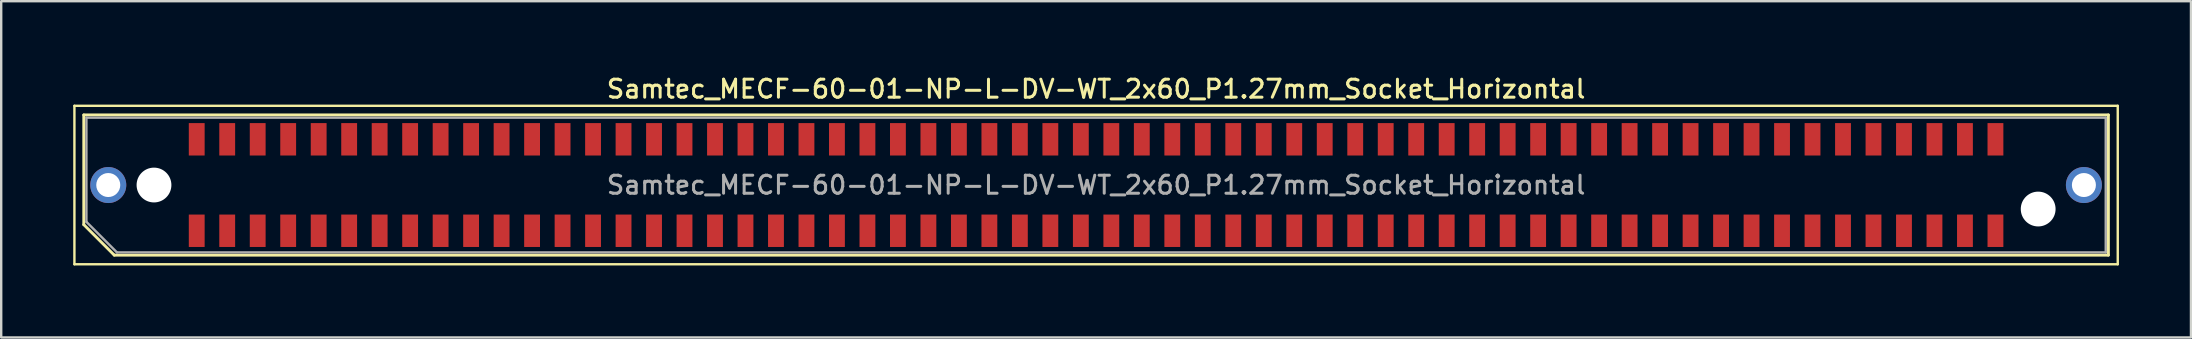
<source format=kicad_pcb>
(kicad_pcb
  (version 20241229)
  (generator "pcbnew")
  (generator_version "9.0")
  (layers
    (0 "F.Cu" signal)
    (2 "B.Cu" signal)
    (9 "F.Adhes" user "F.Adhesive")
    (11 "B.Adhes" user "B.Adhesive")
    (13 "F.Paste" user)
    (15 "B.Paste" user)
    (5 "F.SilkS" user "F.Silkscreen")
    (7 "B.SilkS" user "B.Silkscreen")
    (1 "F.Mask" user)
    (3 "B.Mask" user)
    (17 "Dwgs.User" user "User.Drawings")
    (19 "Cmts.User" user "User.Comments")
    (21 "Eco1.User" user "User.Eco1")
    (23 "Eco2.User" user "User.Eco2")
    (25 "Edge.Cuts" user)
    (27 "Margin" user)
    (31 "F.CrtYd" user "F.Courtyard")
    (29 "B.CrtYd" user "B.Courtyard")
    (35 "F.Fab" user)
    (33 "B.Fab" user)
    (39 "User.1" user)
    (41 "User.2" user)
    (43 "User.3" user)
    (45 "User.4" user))
  (footprint "Samtec_MECF-60-01-NP-L-DV-WT_2x60_P1.27mm_Socket_Horizontal"
    (layer "F.Cu")
    (at 42.61 4.658)
    (property "Reference" "Samtec_MECF-60-01-NP-L-DV-WT_2x60_P1.27mm_Socket_Horizontal" (at 0 -4 0) (layer "F.SilkS") (effects (font (size 0.75 0.75) (thickness 0.125))))
    (attr smd)
    (fp_line (start -42.56 -3.3) (end -42.56 3.3) (stroke (width 0.1) (type solid)) (layer "F.SilkS"))
    (fp_line (start -42.56 3.3) (end 42.56 3.3) (stroke (width 0.1) (type solid)) (layer "F.SilkS"))
    (fp_line (start -42.17 -2.92) (end 42.17 -2.92) (stroke (width 0.12) (type solid)) (layer "F.SilkS"))
    (fp_line (start -42.17 1.65) (end -42.17 -2.92) (stroke (width 0.12) (type solid)) (layer "F.SilkS"))
    (fp_line (start -40.9 2.92) (end -42.17 1.65) (stroke (width 0.12) (type solid)) (layer "F.SilkS"))
    (fp_line (start -40.9 2.92) (end 42.17 2.92) (stroke (width 0.12) (type solid)) (layer "F.SilkS"))
    (fp_line (start 42.17 2.92) (end 42.17 -2.92) (stroke (width 0.12) (type solid)) (layer "F.SilkS"))
    (fp_line (start 42.56 -3.3) (end -42.56 -3.3) (stroke (width 0.1) (type solid)) (layer "F.SilkS"))
    (fp_line (start 42.56 3.3) (end 42.56 -3.3) (stroke (width 0.1) (type solid)) (layer "F.SilkS"))
    (fp_line (start -42.06 -2.805) (end 42.06 -2.805) (stroke (width 0.1) (type solid)) (layer "F.Fab"))
    (fp_line (start -42.06 1.535) (end -42.06 -2.805) (stroke (width 0.1) (type solid)) (layer "F.Fab"))
    (fp_line (start -42.06 1.535) (end -40.79 2.805) (stroke (width 0.1) (type solid)) (layer "F.Fab"))
    (fp_line (start -40.79 2.805) (end 42.06 2.805) (stroke (width 0.1) (type solid)) (layer "F.Fab"))
    (fp_line (start 42.06 2.805) (end 42.06 -2.805) (stroke (width 0.1) (type solid)) (layer "F.Fab"))
    (fp_text user "${REFERENCE}" (at 0 0 0) (layer "F.Fab") (effects (font (size 0.75 0.75) (thickness 0.125))))
    (pad "" thru_hole circle (at -41.15 0) (size 1.5 1.5) (drill 1) (layers "*.Cu" "*.Mask"))
    (pad "" np_thru_hole circle (at -39.245 0) (size 1.45 1.45) (drill 1.45) (layers "*.Cu" "*.Mask"))
    (pad "" np_thru_hole circle (at 39.245 1) (size 1.45 1.45) (drill 1.45) (layers "*.Cu" "*.Mask"))
    (pad "" thru_hole circle (at 41.15 0) (size 1.5 1.5) (drill 1) (layers "*.Cu" "*.Mask"))
    (pad "1" smd rect (at -37.465 1.905) (size 0.66 1.35) (layers "F.Cu" "F.Mask" "F.Paste"))
    (pad "2" smd rect (at -37.465 -1.905) (size 0.66 1.35) (layers "F.Cu" "F.Mask" "F.Paste"))
    (pad "3" smd rect (at -36.195 1.905) (size 0.66 1.35) (layers "F.Cu" "F.Mask" "F.Paste"))
    (pad "4" smd rect (at -36.195 -1.905) (size 0.66 1.35) (layers "F.Cu" "F.Mask" "F.Paste"))
    (pad "5" smd rect (at -34.925 1.905) (size 0.66 1.35) (layers "F.Cu" "F.Mask" "F.Paste"))
    (pad "6" smd rect (at -34.925 -1.905) (size 0.66 1.35) (layers "F.Cu" "F.Mask" "F.Paste"))
    (pad "7" smd rect (at -33.655 1.905) (size 0.66 1.35) (layers "F.Cu" "F.Mask" "F.Paste"))
    (pad "8" smd rect (at -33.655 -1.905) (size 0.66 1.35) (layers "F.Cu" "F.Mask" "F.Paste"))
    (pad "9" smd rect (at -32.385 1.905) (size 0.66 1.35) (layers "F.Cu" "F.Mask" "F.Paste"))
    (pad "10" smd rect (at -32.385 -1.905) (size 0.66 1.35) (layers "F.Cu" "F.Mask" "F.Paste"))
    (pad "11" smd rect (at -31.115 1.905) (size 0.66 1.35) (layers "F.Cu" "F.Mask" "F.Paste"))
    (pad "12" smd rect (at -31.115 -1.905) (size 0.66 1.35) (layers "F.Cu" "F.Mask" "F.Paste"))
    (pad "13" smd rect (at -29.845 1.905) (size 0.66 1.35) (layers "F.Cu" "F.Mask" "F.Paste"))
    (pad "14" smd rect (at -29.845 -1.905) (size 0.66 1.35) (layers "F.Cu" "F.Mask" "F.Paste"))
    (pad "15" smd rect (at -28.575 1.905) (size 0.66 1.35) (layers "F.Cu" "F.Mask" "F.Paste"))
    (pad "16" smd rect (at -28.575 -1.905) (size 0.66 1.35) (layers "F.Cu" "F.Mask" "F.Paste"))
    (pad "17" smd rect (at -27.305 1.905) (size 0.66 1.35) (layers "F.Cu" "F.Mask" "F.Paste"))
    (pad "18" smd rect (at -27.305 -1.905) (size 0.66 1.35) (layers "F.Cu" "F.Mask" "F.Paste"))
    (pad "19" smd rect (at -26.035 1.905) (size 0.66 1.35) (layers "F.Cu" "F.Mask" "F.Paste"))
    (pad "20" smd rect (at -26.035 -1.905) (size 0.66 1.35) (layers "F.Cu" "F.Mask" "F.Paste"))
    (pad "21" smd rect (at -24.765 1.905) (size 0.66 1.35) (layers "F.Cu" "F.Mask" "F.Paste"))
    (pad "22" smd rect (at -24.765 -1.905) (size 0.66 1.35) (layers "F.Cu" "F.Mask" "F.Paste"))
    (pad "23" smd rect (at -23.495 1.905) (size 0.66 1.35) (layers "F.Cu" "F.Mask" "F.Paste"))
    (pad "24" smd rect (at -23.495 -1.905) (size 0.66 1.35) (layers "F.Cu" "F.Mask" "F.Paste"))
    (pad "25" smd rect (at -22.225 1.905) (size 0.66 1.35) (layers "F.Cu" "F.Mask" "F.Paste"))
    (pad "26" smd rect (at -22.225 -1.905) (size 0.66 1.35) (layers "F.Cu" "F.Mask" "F.Paste"))
    (pad "27" smd rect (at -20.955 1.905) (size 0.66 1.35) (layers "F.Cu" "F.Mask" "F.Paste"))
    (pad "28" smd rect (at -20.955 -1.905) (size 0.66 1.35) (layers "F.Cu" "F.Mask" "F.Paste"))
    (pad "29" smd rect (at -19.685 1.905) (size 0.66 1.35) (layers "F.Cu" "F.Mask" "F.Paste"))
    (pad "30" smd rect (at -19.685 -1.905) (size 0.66 1.35) (layers "F.Cu" "F.Mask" "F.Paste"))
    (pad "31" smd rect (at -18.415 1.905) (size 0.66 1.35) (layers "F.Cu" "F.Mask" "F.Paste"))
    (pad "32" smd rect (at -18.415 -1.905) (size 0.66 1.35) (layers "F.Cu" "F.Mask" "F.Paste"))
    (pad "33" smd rect (at -17.145 1.905) (size 0.66 1.35) (layers "F.Cu" "F.Mask" "F.Paste"))
    (pad "34" smd rect (at -17.145 -1.905) (size 0.66 1.35) (layers "F.Cu" "F.Mask" "F.Paste"))
    (pad "35" smd rect (at -15.875 1.905) (size 0.66 1.35) (layers "F.Cu" "F.Mask" "F.Paste"))
    (pad "36" smd rect (at -15.875 -1.905) (size 0.66 1.35) (layers "F.Cu" "F.Mask" "F.Paste"))
    (pad "37" smd rect (at -14.605 1.905) (size 0.66 1.35) (layers "F.Cu" "F.Mask" "F.Paste"))
    (pad "38" smd rect (at -14.605 -1.905) (size 0.66 1.35) (layers "F.Cu" "F.Mask" "F.Paste"))
    (pad "39" smd rect (at -13.335 1.905) (size 0.66 1.35) (layers "F.Cu" "F.Mask" "F.Paste"))
    (pad "40" smd rect (at -13.335 -1.905) (size 0.66 1.35) (layers "F.Cu" "F.Mask" "F.Paste"))
    (pad "41" smd rect (at -12.065 1.905) (size 0.66 1.35) (layers "F.Cu" "F.Mask" "F.Paste"))
    (pad "42" smd rect (at -12.065 -1.905) (size 0.66 1.35) (layers "F.Cu" "F.Mask" "F.Paste"))
    (pad "43" smd rect (at -10.795 1.905) (size 0.66 1.35) (layers "F.Cu" "F.Mask" "F.Paste"))
    (pad "44" smd rect (at -10.795 -1.905) (size 0.66 1.35) (layers "F.Cu" "F.Mask" "F.Paste"))
    (pad "45" smd rect (at -9.525 1.905) (size 0.66 1.35) (layers "F.Cu" "F.Mask" "F.Paste"))
    (pad "46" smd rect (at -9.525 -1.905) (size 0.66 1.35) (layers "F.Cu" "F.Mask" "F.Paste"))
    (pad "47" smd rect (at -8.255 1.905) (size 0.66 1.35) (layers "F.Cu" "F.Mask" "F.Paste"))
    (pad "48" smd rect (at -8.255 -1.905) (size 0.66 1.35) (layers "F.Cu" "F.Mask" "F.Paste"))
    (pad "49" smd rect (at -6.985 1.905) (size 0.66 1.35) (layers "F.Cu" "F.Mask" "F.Paste"))
    (pad "50" smd rect (at -6.985 -1.905) (size 0.66 1.35) (layers "F.Cu" "F.Mask" "F.Paste"))
    (pad "51" smd rect (at -5.715 1.905) (size 0.66 1.35) (layers "F.Cu" "F.Mask" "F.Paste"))
    (pad "52" smd rect (at -5.715 -1.905) (size 0.66 1.35) (layers "F.Cu" "F.Mask" "F.Paste"))
    (pad "53" smd rect (at -4.445 1.905) (size 0.66 1.35) (layers "F.Cu" "F.Mask" "F.Paste"))
    (pad "54" smd rect (at -4.445 -1.905) (size 0.66 1.35) (layers "F.Cu" "F.Mask" "F.Paste"))
    (pad "55" smd rect (at -3.175 1.905) (size 0.66 1.35) (layers "F.Cu" "F.Mask" "F.Paste"))
    (pad "56" smd rect (at -3.175 -1.905) (size 0.66 1.35) (layers "F.Cu" "F.Mask" "F.Paste"))
    (pad "57" smd rect (at -1.905 1.905) (size 0.66 1.35) (layers "F.Cu" "F.Mask" "F.Paste"))
    (pad "58" smd rect (at -1.905 -1.905) (size 0.66 1.35) (layers "F.Cu" "F.Mask" "F.Paste"))
    (pad "59" smd rect (at -0.635 1.905) (size 0.66 1.35) (layers "F.Cu" "F.Mask" "F.Paste"))
    (pad "60" smd rect (at -0.635 -1.905) (size 0.66 1.35) (layers "F.Cu" "F.Mask" "F.Paste"))
    (pad "61" smd rect (at 0.635 1.905) (size 0.66 1.35) (layers "F.Cu" "F.Mask" "F.Paste"))
    (pad "62" smd rect (at 0.635 -1.905) (size 0.66 1.35) (layers "F.Cu" "F.Mask" "F.Paste"))
    (pad "63" smd rect (at 1.905 1.905) (size 0.66 1.35) (layers "F.Cu" "F.Mask" "F.Paste"))
    (pad "64" smd rect (at 1.905 -1.905) (size 0.66 1.35) (layers "F.Cu" "F.Mask" "F.Paste"))
    (pad "65" smd rect (at 3.175 1.905) (size 0.66 1.35) (layers "F.Cu" "F.Mask" "F.Paste"))
    (pad "66" smd rect (at 3.175 -1.905) (size 0.66 1.35) (layers "F.Cu" "F.Mask" "F.Paste"))
    (pad "67" smd rect (at 4.445 1.905) (size 0.66 1.35) (layers "F.Cu" "F.Mask" "F.Paste"))
    (pad "68" smd rect (at 4.445 -1.905) (size 0.66 1.35) (layers "F.Cu" "F.Mask" "F.Paste"))
    (pad "69" smd rect (at 5.715 1.905) (size 0.66 1.35) (layers "F.Cu" "F.Mask" "F.Paste"))
    (pad "70" smd rect (at 5.715 -1.905) (size 0.66 1.35) (layers "F.Cu" "F.Mask" "F.Paste"))
    (pad "71" smd rect (at 6.985 1.905) (size 0.66 1.35) (layers "F.Cu" "F.Mask" "F.Paste"))
    (pad "72" smd rect (at 6.985 -1.905) (size 0.66 1.35) (layers "F.Cu" "F.Mask" "F.Paste"))
    (pad "73" smd rect (at 8.255 1.905) (size 0.66 1.35) (layers "F.Cu" "F.Mask" "F.Paste"))
    (pad "74" smd rect (at 8.255 -1.905) (size 0.66 1.35) (layers "F.Cu" "F.Mask" "F.Paste"))
    (pad "75" smd rect (at 9.525 1.905) (size 0.66 1.35) (layers "F.Cu" "F.Mask" "F.Paste"))
    (pad "76" smd rect (at 9.525 -1.905) (size 0.66 1.35) (layers "F.Cu" "F.Mask" "F.Paste"))
    (pad "77" smd rect (at 10.795 1.905) (size 0.66 1.35) (layers "F.Cu" "F.Mask" "F.Paste"))
    (pad "78" smd rect (at 10.795 -1.905) (size 0.66 1.35) (layers "F.Cu" "F.Mask" "F.Paste"))
    (pad "79" smd rect (at 12.065 1.905) (size 0.66 1.35) (layers "F.Cu" "F.Mask" "F.Paste"))
    (pad "80" smd rect (at 12.065 -1.905) (size 0.66 1.35) (layers "F.Cu" "F.Mask" "F.Paste"))
    (pad "81" smd rect (at 13.335 1.905) (size 0.66 1.35) (layers "F.Cu" "F.Mask" "F.Paste"))
    (pad "82" smd rect (at 13.335 -1.905) (size 0.66 1.35) (layers "F.Cu" "F.Mask" "F.Paste"))
    (pad "83" smd rect (at 14.605 1.905) (size 0.66 1.35) (layers "F.Cu" "F.Mask" "F.Paste"))
    (pad "84" smd rect (at 14.605 -1.905) (size 0.66 1.35) (layers "F.Cu" "F.Mask" "F.Paste"))
    (pad "85" smd rect (at 15.875 1.905) (size 0.66 1.35) (layers "F.Cu" "F.Mask" "F.Paste"))
    (pad "86" smd rect (at 15.875 -1.905) (size 0.66 1.35) (layers "F.Cu" "F.Mask" "F.Paste"))
    (pad "87" smd rect (at 17.145 1.905) (size 0.66 1.35) (layers "F.Cu" "F.Mask" "F.Paste"))
    (pad "88" smd rect (at 17.145 -1.905) (size 0.66 1.35) (layers "F.Cu" "F.Mask" "F.Paste"))
    (pad "89" smd rect (at 18.415 1.905) (size 0.66 1.35) (layers "F.Cu" "F.Mask" "F.Paste"))
    (pad "90" smd rect (at 18.415 -1.905) (size 0.66 1.35) (layers "F.Cu" "F.Mask" "F.Paste"))
    (pad "91" smd rect (at 19.685 1.905) (size 0.66 1.35) (layers "F.Cu" "F.Mask" "F.Paste"))
    (pad "92" smd rect (at 19.685 -1.905) (size 0.66 1.35) (layers "F.Cu" "F.Mask" "F.Paste"))
    (pad "93" smd rect (at 20.955 1.905) (size 0.66 1.35) (layers "F.Cu" "F.Mask" "F.Paste"))
    (pad "94" smd rect (at 20.955 -1.905) (size 0.66 1.35) (layers "F.Cu" "F.Mask" "F.Paste"))
    (pad "95" smd rect (at 22.225 1.905) (size 0.66 1.35) (layers "F.Cu" "F.Mask" "F.Paste"))
    (pad "96" smd rect (at 22.225 -1.905) (size 0.66 1.35) (layers "F.Cu" "F.Mask" "F.Paste"))
    (pad "97" smd rect (at 23.495 1.905) (size 0.66 1.35) (layers "F.Cu" "F.Mask" "F.Paste"))
    (pad "98" smd rect (at 23.495 -1.905) (size 0.66 1.35) (layers "F.Cu" "F.Mask" "F.Paste"))
    (pad "99" smd rect (at 24.765 1.905) (size 0.66 1.35) (layers "F.Cu" "F.Mask" "F.Paste"))
    (pad "100" smd rect (at 24.765 -1.905) (size 0.66 1.35) (layers "F.Cu" "F.Mask" "F.Paste"))
    (pad "101" smd rect (at 26.035 1.905) (size 0.66 1.35) (layers "F.Cu" "F.Mask" "F.Paste"))
    (pad "102" smd rect (at 26.035 -1.905) (size 0.66 1.35) (layers "F.Cu" "F.Mask" "F.Paste"))
    (pad "103" smd rect (at 27.305 1.905) (size 0.66 1.35) (layers "F.Cu" "F.Mask" "F.Paste"))
    (pad "104" smd rect (at 27.305 -1.905) (size 0.66 1.35) (layers "F.Cu" "F.Mask" "F.Paste"))
    (pad "105" smd rect (at 28.575 1.905) (size 0.66 1.35) (layers "F.Cu" "F.Mask" "F.Paste"))
    (pad "106" smd rect (at 28.575 -1.905) (size 0.66 1.35) (layers "F.Cu" "F.Mask" "F.Paste"))
    (pad "107" smd rect (at 29.845 1.905) (size 0.66 1.35) (layers "F.Cu" "F.Mask" "F.Paste"))
    (pad "108" smd rect (at 29.845 -1.905) (size 0.66 1.35) (layers "F.Cu" "F.Mask" "F.Paste"))
    (pad "109" smd rect (at 31.115 1.905) (size 0.66 1.35) (layers "F.Cu" "F.Mask" "F.Paste"))
    (pad "110" smd rect (at 31.115 -1.905) (size 0.66 1.35) (layers "F.Cu" "F.Mask" "F.Paste"))
    (pad "111" smd rect (at 32.385 1.905) (size 0.66 1.35) (layers "F.Cu" "F.Mask" "F.Paste"))
    (pad "112" smd rect (at 32.385 -1.905) (size 0.66 1.35) (layers "F.Cu" "F.Mask" "F.Paste"))
    (pad "113" smd rect (at 33.655 1.905) (size 0.66 1.35) (layers "F.Cu" "F.Mask" "F.Paste"))
    (pad "114" smd rect (at 33.655 -1.905) (size 0.66 1.35) (layers "F.Cu" "F.Mask" "F.Paste"))
    (pad "115" smd rect (at 34.925 1.905) (size 0.66 1.35) (layers "F.Cu" "F.Mask" "F.Paste"))
    (pad "116" smd rect (at 34.925 -1.905) (size 0.66 1.35) (layers "F.Cu" "F.Mask" "F.Paste"))
    (pad "117" smd rect (at 36.195 1.905) (size 0.66 1.35) (layers "F.Cu" "F.Mask" "F.Paste"))
    (pad "118" smd rect (at 36.195 -1.905) (size 0.66 1.35) (layers "F.Cu" "F.Mask" "F.Paste"))
    (pad "119" smd rect (at 37.465 1.905) (size 0.66 1.35) (layers "F.Cu" "F.Mask" "F.Paste"))
    (pad "120" smd rect (at 37.465 -1.905) (size 0.66 1.35) (layers "F.Cu" "F.Mask" "F.Paste")))
  (gr_rect
    (start -3 -3)
    (end 88.22 11.008)
    (stroke (width 0.1) (type default))
    (fill no)
    (layer "Edge.Cuts")))
</source>
